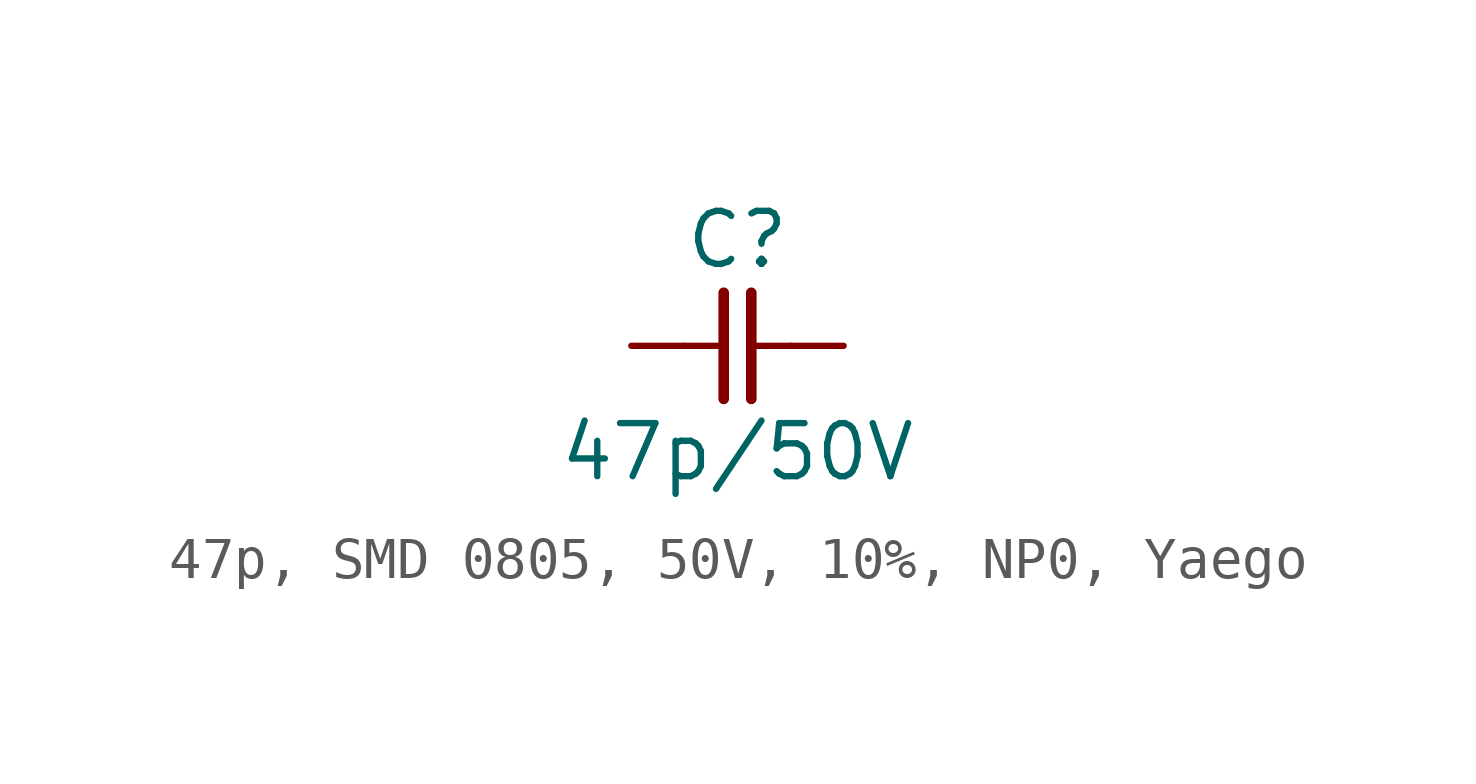
<source format=kicad_sym>
(kicad_symbol_lib
  (version 20241209)
  (generator "kicad_symbol_editor")
  (generator_version "9.0")
  (symbol "47p, SMD 0805, 50V, 10%, NP0, Yaego"
    (pin_numbers
      (hide yes))
    (pin_names
      (offset 0)
      (hide yes))
    (property "Reference" "C"
      (at 0 2.54 0)
      (effects (font (size 1.27 1.27))))
    (property "Value" "47p/50V"
      (at 0 -2.54 0)
      (effects (font (size 1.27 1.27))))
    (symbol "47p, SMD 0805, 50V, 10%, NP0, Yaego_0_1"
      (polyline (pts (xy -0.33 1.27) (xy -0.33 -1.27)) (stroke (width 0.254) (type default)) (fill (type none)))
      (polyline (pts (xy -0.318 0) (xy -1.27 0)) (stroke (width 0) (type default)) (fill (type none)))
      (polyline (pts (xy 0.33 1.27) (xy 0.33 -1.27)) (stroke (width 0.254) (type default)) (fill (type none)))
      (polyline (pts (xy 1.27 0) (xy 0.318 0)) (stroke (width 0) (type default)) (fill (type none))))
    (symbol "47p, SMD 0805, 50V, 10%, NP0, Yaego_1_1"
      (pin passive line (at -2.54 0 0) (length 1.27) (name "1" (effects (font (size 1.27 1.27)))) (number "1" (effects (font (size 1.27 1.27)))))
      (pin passive line (at 2.54 0 180) (length 1.27) (name "2" (effects (font (size 1.27 1.27)))) (number "2" (effects (font (size 1.27 1.27))))))))
</source>
